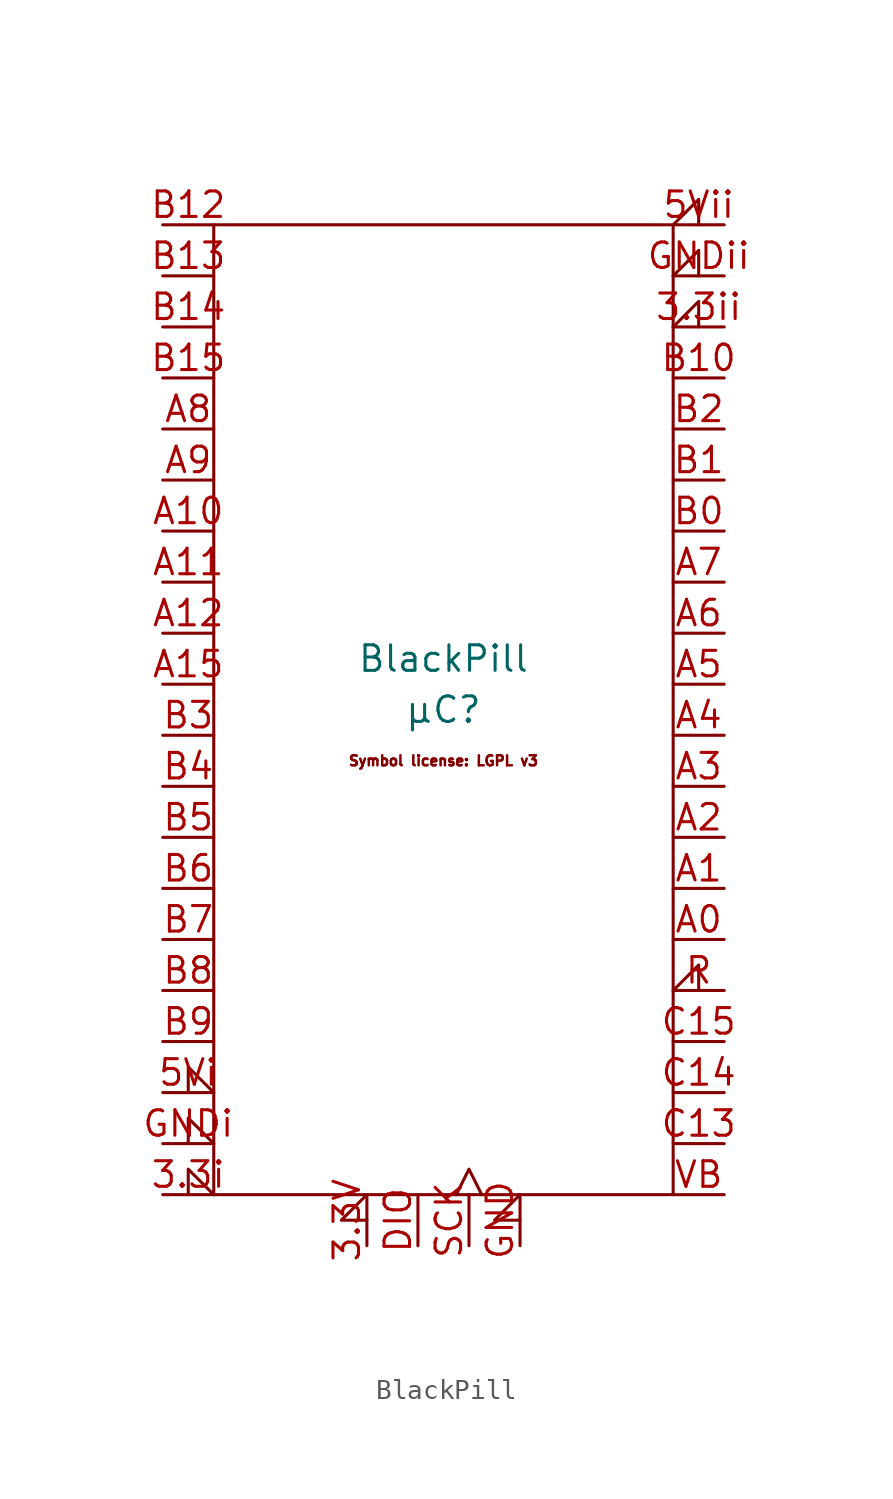
<source format=kicad_sym>
(kicad_symbol_lib
  (version 20211014)
  (generator kicad_symbol_editor)
  (symbol "BlackPill"
    (property "Reference" "μC"
      (at 0 0 0)
      (effects (font (size 1.27 1.27))))
    (property "Value" "BlackPill"
      (at 0 2.54 0)
      (effects (font (size 1.27 1.27))))
    (symbol "BlackPill_0_0"
      (text "Symbol license: LGPL v3" (at 0 -2.54 0) (effects (font (size 0.5 0.5)))))
    (symbol "BlackPill_0_1"
      (rectangle (start -11.43 24.13) (end 11.43 -24.13) (stroke (width 0) (type default) (color 0 0 0 0)) (fill (type none))))
    (symbol "BlackPill_1_1"
      (pin power_in input_low (at -3.81 -26.67 90) (length 2.54) (name "" (effects (font (size 1.27 1.27)))) (number "3.3V" (effects (font (size 1.27 1.27)))))
      (pin power_in input_low (at -13.97 -24.13 0) (length 2.54) (name "" (effects (font (size 1.27 1.27)))) (number "3.3i" (effects (font (size 1.27 1.27)))))
      (pin power_in input_low (at 13.97 19.05 180) (length 2.54) (name "" (effects (font (size 1.27 1.27)))) (number "3.3ii" (effects (font (size 1.27 1.27)))))
      (pin power_in input_low (at -13.97 -19.05 0) (length 2.54) (name "" (effects (font (size 1.27 1.27)))) (number "5Vi" (effects (font (size 1.27 1.27)))))
      (pin power_in input_low (at 13.97 24.13 180) (length 2.54) (name "" (effects (font (size 1.27 1.27)))) (number "5Vii" (effects (font (size 1.27 1.27)))))
      (pin bidirectional line (at 13.97 -11.43 180) (length 2.54) (name "" (effects (font (size 1.27 1.27)))) (number "A0" (effects (font (size 1.27 1.27)))))
      (pin bidirectional line (at 13.97 -8.89 180) (length 2.54) (name "" (effects (font (size 1.27 1.27)))) (number "A1" (effects (font (size 1.27 1.27)))))
      (pin bidirectional line (at -13.97 8.89 0) (length 2.54) (name "" (effects (font (size 1.27 1.27)))) (number "A10" (effects (font (size 1.27 1.27)))))
      (pin bidirectional line (at -13.97 6.35 0) (length 2.54) (name "" (effects (font (size 1.27 1.27)))) (number "A11" (effects (font (size 1.27 1.27)))))
      (pin bidirectional line (at -13.97 3.81 0) (length 2.54) (name "" (effects (font (size 1.27 1.27)))) (number "A12" (effects (font (size 1.27 1.27)))))
      (pin bidirectional line (at -13.97 1.27 0) (length 2.54) (name "" (effects (font (size 1.27 1.27)))) (number "A15" (effects (font (size 1.27 1.27)))))
      (pin bidirectional line (at 13.97 -6.35 180) (length 2.54) (name "" (effects (font (size 1.27 1.27)))) (number "A2" (effects (font (size 1.27 1.27)))))
      (pin bidirectional line (at 13.97 -3.81 180) (length 2.54) (name "" (effects (font (size 1.27 1.27)))) (number "A3" (effects (font (size 1.27 1.27)))))
      (pin bidirectional line (at 13.97 -1.27 180) (length 2.54) (name "" (effects (font (size 1.27 1.27)))) (number "A4" (effects (font (size 1.27 1.27)))))
      (pin bidirectional line (at 13.97 1.27 180) (length 2.54) (name "" (effects (font (size 1.27 1.27)))) (number "A5" (effects (font (size 1.27 1.27)))))
      (pin bidirectional line (at 13.97 3.81 180) (length 2.54) (name "" (effects (font (size 1.27 1.27)))) (number "A6" (effects (font (size 1.27 1.27)))))
      (pin bidirectional line (at 13.97 6.35 180) (length 2.54) (name "" (effects (font (size 1.27 1.27)))) (number "A7" (effects (font (size 1.27 1.27)))))
      (pin bidirectional line (at -13.97 13.97 0) (length 2.54) (name "" (effects (font (size 1.27 1.27)))) (number "A8" (effects (font (size 1.27 1.27)))))
      (pin bidirectional line (at -13.97 11.43 0) (length 2.54) (name "" (effects (font (size 1.27 1.27)))) (number "A9" (effects (font (size 1.27 1.27)))))
      (pin bidirectional line (at 13.97 8.89 180) (length 2.54) (name "" (effects (font (size 1.27 1.27)))) (number "B0" (effects (font (size 1.27 1.27)))))
      (pin bidirectional line (at 13.97 11.43 180) (length 2.54) (name "" (effects (font (size 1.27 1.27)))) (number "B1" (effects (font (size 1.27 1.27)))))
      (pin bidirectional line (at 13.97 16.51 180) (length 2.54) (name "" (effects (font (size 1.27 1.27)))) (number "B10" (effects (font (size 1.27 1.27)))))
      (pin bidirectional line (at -13.97 24.13 0) (length 2.54) (name "" (effects (font (size 1.27 1.27)))) (number "B12" (effects (font (size 1.27 1.27)))))
      (pin bidirectional line (at -13.97 21.59 0) (length 2.54) (name "" (effects (font (size 1.27 1.27)))) (number "B13" (effects (font (size 1.27 1.27)))))
      (pin bidirectional line (at -13.97 19.05 0) (length 2.54) (name "" (effects (font (size 1.27 1.27)))) (number "B14" (effects (font (size 1.27 1.27)))))
      (pin bidirectional line (at -13.97 16.51 0) (length 2.54) (name "" (effects (font (size 1.27 1.27)))) (number "B15" (effects (font (size 1.27 1.27)))))
      (pin bidirectional line (at 13.97 13.97 180) (length 2.54) (name "" (effects (font (size 1.27 1.27)))) (number "B2" (effects (font (size 1.27 1.27)))))
      (pin bidirectional line (at -13.97 -1.27 0) (length 2.54) (name "" (effects (font (size 1.27 1.27)))) (number "B3" (effects (font (size 1.27 1.27)))))
      (pin bidirectional line (at -13.97 -3.81 0) (length 2.54) (name "" (effects (font (size 1.27 1.27)))) (number "B4" (effects (font (size 1.27 1.27)))))
      (pin bidirectional line (at -13.97 -6.35 0) (length 2.54) (name "" (effects (font (size 1.27 1.27)))) (number "B5" (effects (font (size 1.27 1.27)))))
      (pin bidirectional line (at -13.97 -8.89 0) (length 2.54) (name "" (effects (font (size 1.27 1.27)))) (number "B6" (effects (font (size 1.27 1.27)))))
      (pin bidirectional line (at -13.97 -11.43 0) (length 2.54) (name "" (effects (font (size 1.27 1.27)))) (number "B7" (effects (font (size 1.27 1.27)))))
      (pin bidirectional line (at -13.97 -13.97 0) (length 2.54) (name "" (effects (font (size 1.27 1.27)))) (number "B8" (effects (font (size 1.27 1.27)))))
      (pin bidirectional line (at -13.97 -16.51 0) (length 2.54) (name "" (effects (font (size 1.27 1.27)))) (number "B9" (effects (font (size 1.27 1.27)))))
      (pin bidirectional line (at 13.97 -21.59 180) (length 2.54) (name "" (effects (font (size 1.27 1.27)))) (number "C13" (effects (font (size 1.27 1.27)))))
      (pin bidirectional line (at 13.97 -19.05 180) (length 2.54) (name "" (effects (font (size 1.27 1.27)))) (number "C14" (effects (font (size 1.27 1.27)))))
      (pin bidirectional line (at 13.97 -16.51 180) (length 2.54) (name "" (effects (font (size 1.27 1.27)))) (number "C15" (effects (font (size 1.27 1.27)))))
      (pin bidirectional line (at -1.27 -26.67 90) (length 2.54) (name "" (effects (font (size 1.27 1.27)))) (number "DIO" (effects (font (size 1.27 1.27)))))
      (pin power_in input_low (at 3.81 -26.67 90) (length 2.54) (name "" (effects (font (size 1.27 1.27)))) (number "GND" (effects (font (size 1.27 1.27)))))
      (pin power_in input_low (at -13.97 -21.59 0) (length 2.54) (name "" (effects (font (size 1.27 1.27)))) (number "GNDi" (effects (font (size 1.27 1.27)))))
      (pin power_in input_low (at 13.97 21.59 180) (length 2.54) (name "" (effects (font (size 1.27 1.27)))) (number "GNDii" (effects (font (size 1.27 1.27)))))
      (pin input input_low (at 13.97 -13.97 180) (length 2.54) (name "" (effects (font (size 1.27 1.27)))) (number "R" (effects (font (size 1.27 1.27)))))
      (pin bidirectional clock (at 1.27 -26.67 90) (length 2.54) (name "" (effects (font (size 1.27 1.27)))) (number "SCK" (effects (font (size 1.27 1.27)))))
      (pin bidirectional line (at 13.97 -24.13 180) (length 2.54) (name "" (effects (font (size 1.27 1.27)))) (number "VB" (effects (font (size 1.27 1.27))))))))
</source>
